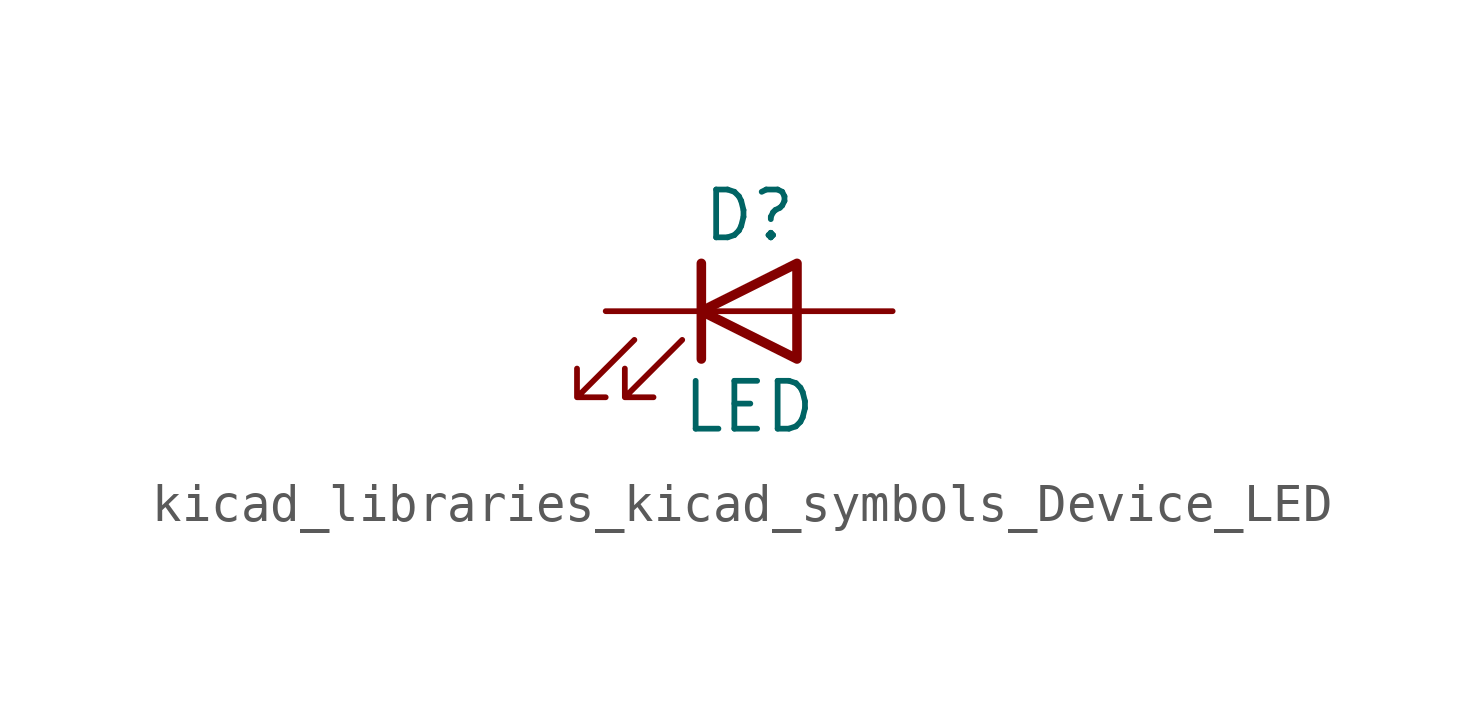
<source format=kicad_sym>
(kicad_symbol_lib
  (version 20220914)
  (generator kicad_symbol_editor)
  (symbol "kicad_libraries_kicad_symbols_Device_LED"
    (pin_numbers hide)
    (pin_names
      (offset 1.016) hide)
    (property "Reference" "D"
      (at 0 2.54 0)
      (effects (font (size 1.27 1.27))))
    (property "Value" "LED"
      (at 0 -2.54 0)
      (effects (font (size 1.27 1.27))))
    (symbol "kicad_libraries_kicad_symbols_Device_LED_0_1"
      (polyline (pts (xy -1.27 -1.27) (xy -1.27 1.27)) (stroke (width 0.254) (type default)) (fill (type none)))
      (polyline (pts (xy -1.27 0) (xy 1.27 0)) (stroke (width 0) (type default)) (fill (type none)))
      (polyline (pts (xy 1.27 -1.27) (xy 1.27 1.27) (xy -1.27 0) (xy 1.27 -1.27)) (stroke (width 0.254) (type default)) (fill (type none)))
      (polyline (pts (xy -3.048 -0.762) (xy -4.572 -2.286) (xy -3.81 -2.286) (xy -4.572 -2.286) (xy -4.572 -1.524)) (stroke (width 0) (type default)) (fill (type none)))
      (polyline (pts (xy -1.778 -0.762) (xy -3.302 -2.286) (xy -2.54 -2.286) (xy -3.302 -2.286) (xy -3.302 -1.524)) (stroke (width 0) (type default)) (fill (type none))))
    (symbol "kicad_libraries_kicad_symbols_Device_LED_1_1"
      (pin passive line (at -3.81 0 0) (length 2.54) (name "K" (effects (font (size 1.27 1.27)))) (number "1" (effects (font (size 1.27 1.27)))))
      (pin passive line (at 3.81 0 180) (length 2.54) (name "A" (effects (font (size 1.27 1.27)))) (number "2" (effects (font (size 1.27 1.27))))))))
</source>
